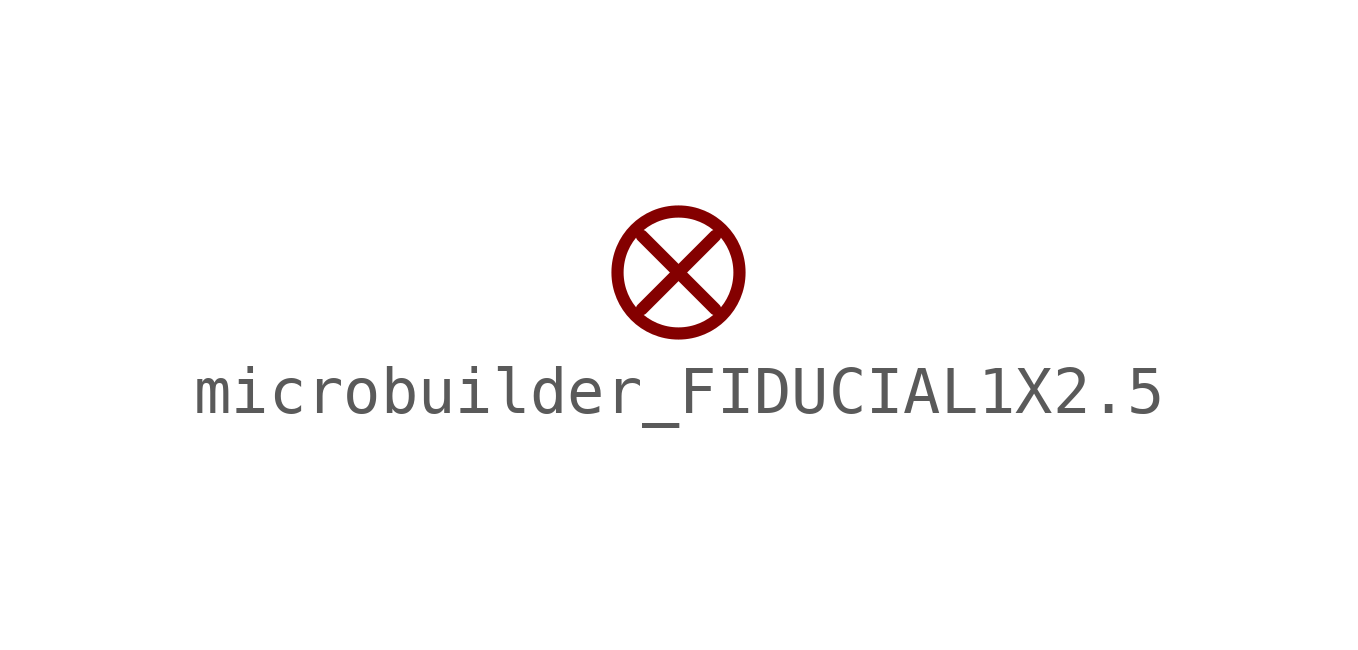
<source format=kicad_sym>
(kicad_symbol_lib
  (version 20241209)
  (generator "kicad_symbol_editor")
  (generator_version "9.0")
  (symbol "microbuilder_FIDUCIAL1X2.5"
    (property "Reference" "FID"
      (at 0 0 0)
      (effects (font (size 1.27 1.27)) (hide yes)))
    (property "ki_locked" ""
      (at 0 0 0)
      (effects (font (size 1.27 1.27))))
    (symbol "microbuilder_FIDUCIAL1X2.5_1_0"
      (polyline (pts (xy -0.762 0.762) (xy 0.762 -0.762)) (stroke (width 0.254) (type solid)) (fill (type none)))
      (circle (center 0 0) (radius 1.27) (stroke (width 0.254) (type solid)) (fill (type none)))
      (polyline (pts (xy 0.762 0.762) (xy -0.762 -0.762)) (stroke (width 0.254) (type solid)) (fill (type none))))))
</source>
